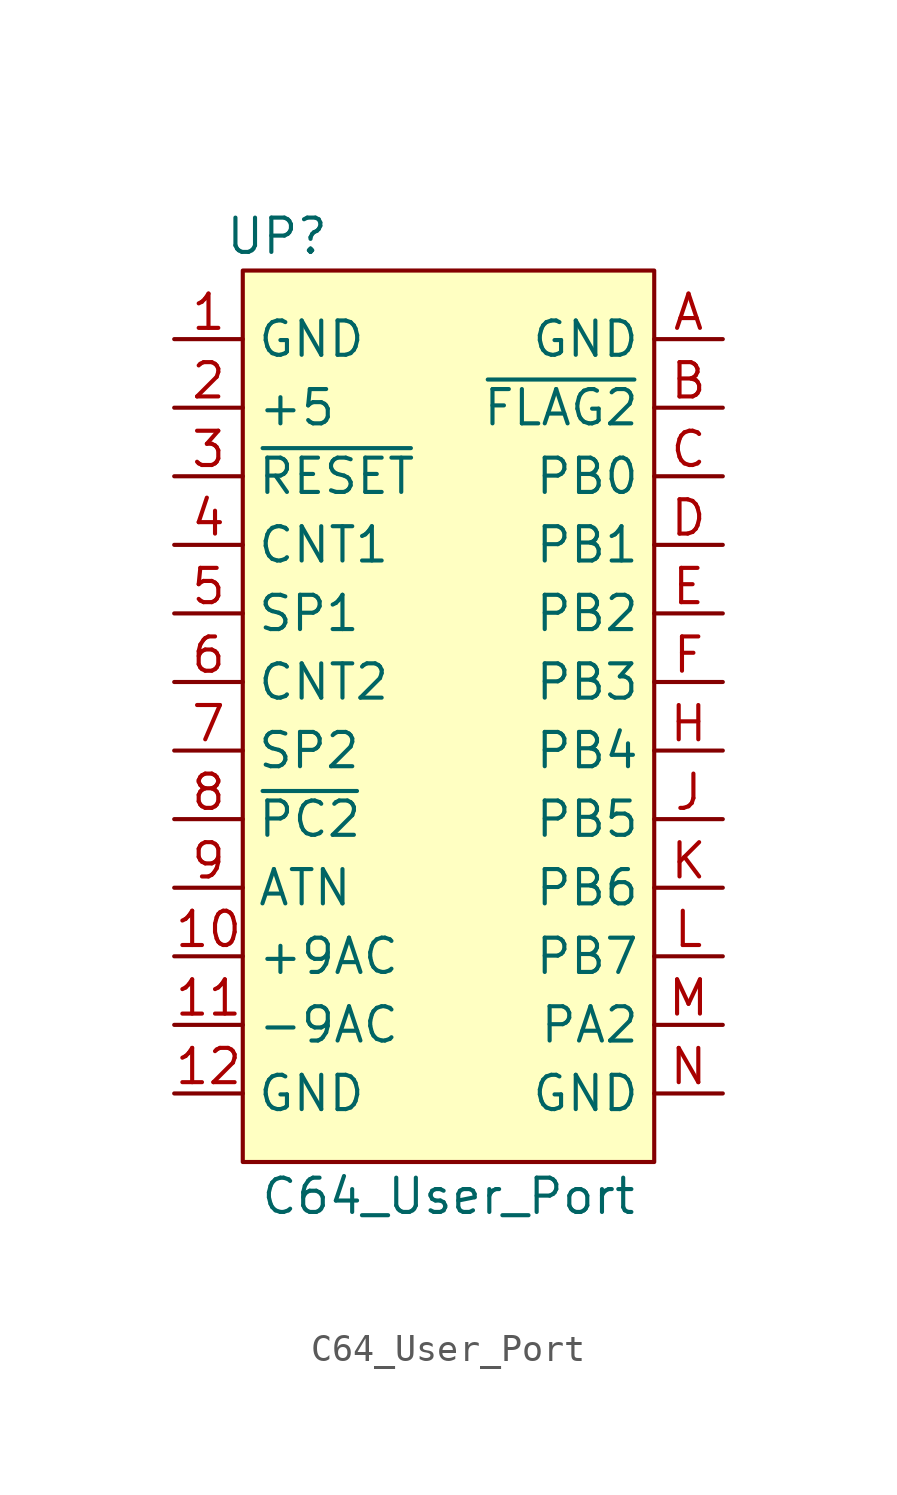
<source format=kicad_sym>
(kicad_symbol_lib
  (version 20211014)
  (generator kicad_symbol_editor)
  (symbol "C64_User_Port"
    (property "Reference" "UP"
      (at 3.81 1.27 0)
      (effects (font (size 1.27 1.27))))
    (property "Value" "C64_User_Port"
      (at 10.16 -34.29 0)
      (effects (font (size 1.27 1.27))))
    (symbol "C64_User_Port_0_1"
      (rectangle (start 2.54 0) (end 17.78 -33.02) (stroke (width 0) (type default) (color 0 0 0 0)) (fill (type background))))
    (symbol "C64_User_Port_1_1"
      (pin power_in line (at 0 -2.54 0) (length 2.54) (name "GND" (effects (font (size 1.27 1.27)))) (number "1" (effects (font (size 1.27 1.27)))))
      (pin power_in line (at 0 -25.4 0) (length 2.54) (name "+9AC" (effects (font (size 1.27 1.27)))) (number "10" (effects (font (size 1.27 1.27)))))
      (pin power_in line (at 0 -27.94 0) (length 2.54) (name "-9AC" (effects (font (size 1.27 1.27)))) (number "11" (effects (font (size 1.27 1.27)))))
      (pin power_in line (at 0 -30.48 0) (length 2.54) (name "GND" (effects (font (size 1.27 1.27)))) (number "12" (effects (font (size 1.27 1.27)))))
      (pin power_in line (at 0 -5.08 0) (length 2.54) (name "+5" (effects (font (size 1.27 1.27)))) (number "2" (effects (font (size 1.27 1.27)))))
      (pin bidirectional line (at 0 -7.62 0) (length 2.54) (name "~{RESET}" (effects (font (size 1.27 1.27)))) (number "3" (effects (font (size 1.27 1.27)))))
      (pin bidirectional line (at 0 -10.16 0) (length 2.54) (name "CNT1" (effects (font (size 1.27 1.27)))) (number "4" (effects (font (size 1.27 1.27)))))
      (pin bidirectional line (at 0 -12.7 0) (length 2.54) (name "SP1" (effects (font (size 1.27 1.27)))) (number "5" (effects (font (size 1.27 1.27)))))
      (pin bidirectional line (at 0 -15.24 0) (length 2.54) (name "CNT2" (effects (font (size 1.27 1.27)))) (number "6" (effects (font (size 1.27 1.27)))))
      (pin bidirectional line (at 0 -17.78 0) (length 2.54) (name "SP2" (effects (font (size 1.27 1.27)))) (number "7" (effects (font (size 1.27 1.27)))))
      (pin bidirectional line (at 0 -20.32 0) (length 2.54) (name "~{PC2}" (effects (font (size 1.27 1.27)))) (number "8" (effects (font (size 1.27 1.27)))))
      (pin bidirectional line (at 0 -22.86 0) (length 2.54) (name "ATN" (effects (font (size 1.27 1.27)))) (number "9" (effects (font (size 1.27 1.27)))))
      (pin power_in line (at 20.32 -2.54 180) (length 2.54) (name "GND" (effects (font (size 1.27 1.27)))) (number "A" (effects (font (size 1.27 1.27)))))
      (pin bidirectional line (at 20.32 -5.08 180) (length 2.54) (name "~{FLAG2}" (effects (font (size 1.27 1.27)))) (number "B" (effects (font (size 1.27 1.27)))))
      (pin bidirectional line (at 20.32 -7.62 180) (length 2.54) (name "PB0" (effects (font (size 1.27 1.27)))) (number "C" (effects (font (size 1.27 1.27)))))
      (pin bidirectional line (at 20.32 -10.16 180) (length 2.54) (name "PB1" (effects (font (size 1.27 1.27)))) (number "D" (effects (font (size 1.27 1.27)))))
      (pin bidirectional line (at 20.32 -12.7 180) (length 2.54) (name "PB2" (effects (font (size 1.27 1.27)))) (number "E" (effects (font (size 1.27 1.27)))))
      (pin bidirectional line (at 20.32 -15.24 180) (length 2.54) (name "PB3" (effects (font (size 1.27 1.27)))) (number "F" (effects (font (size 1.27 1.27)))))
      (pin bidirectional line (at 20.32 -17.78 180) (length 2.54) (name "PB4" (effects (font (size 1.27 1.27)))) (number "H" (effects (font (size 1.27 1.27)))))
      (pin bidirectional line (at 20.32 -20.32 180) (length 2.54) (name "PB5" (effects (font (size 1.27 1.27)))) (number "J" (effects (font (size 1.27 1.27)))))
      (pin bidirectional line (at 20.32 -22.86 180) (length 2.54) (name "PB6" (effects (font (size 1.27 1.27)))) (number "K" (effects (font (size 1.27 1.27)))))
      (pin bidirectional line (at 20.32 -25.4 180) (length 2.54) (name "PB7" (effects (font (size 1.27 1.27)))) (number "L" (effects (font (size 1.27 1.27)))))
      (pin bidirectional line (at 20.32 -27.94 180) (length 2.54) (name "PA2" (effects (font (size 1.27 1.27)))) (number "M" (effects (font (size 1.27 1.27)))))
      (pin power_in line (at 20.32 -30.48 180) (length 2.54) (name "GND" (effects (font (size 1.27 1.27)))) (number "N" (effects (font (size 1.27 1.27))))))))
</source>
